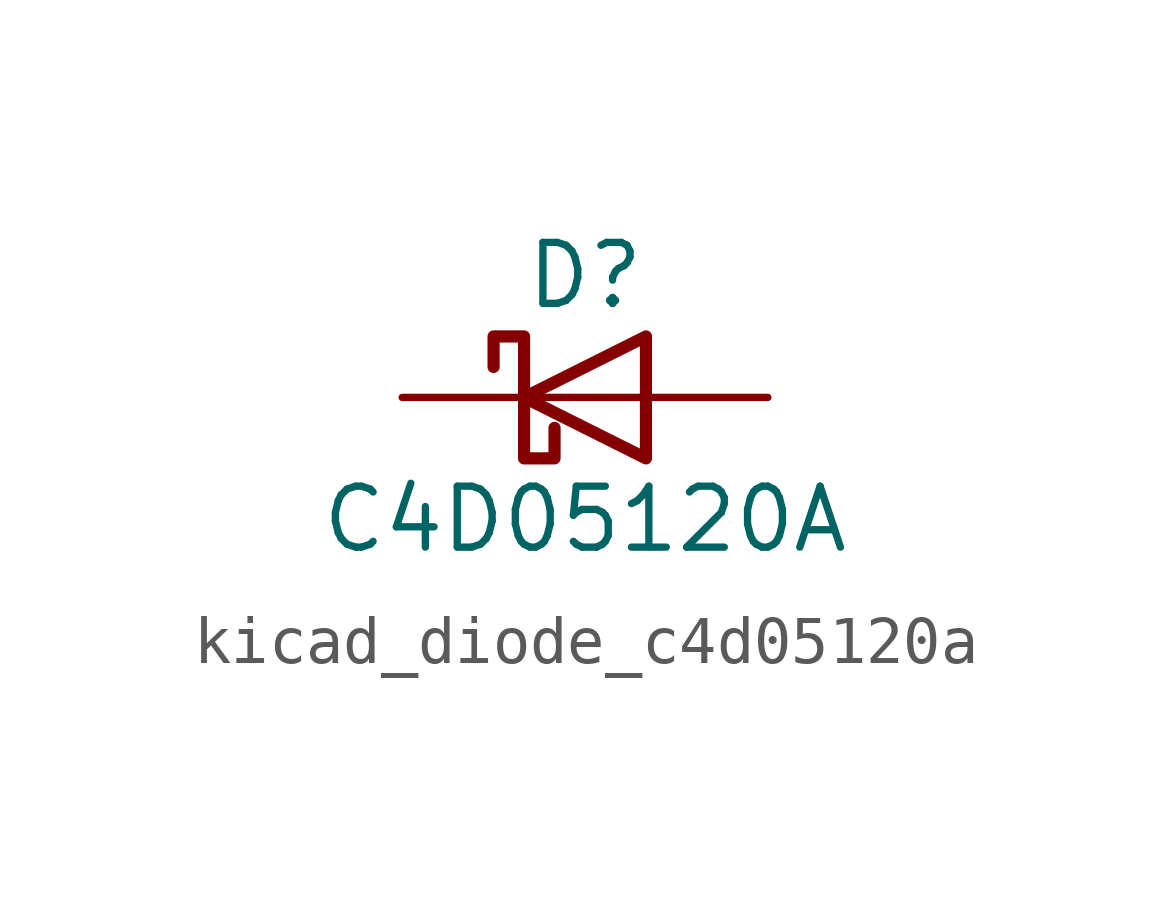
<source format=kicad_sym>
(kicad_symbol_lib
  (version 20220914)
  (generator kicad_symbol_editor)
  (symbol "kicad_diode_c4d05120a"
    (pin_numbers hide)
    (pin_names
      (offset 1.016) hide)
    (property "Reference" "D"
      (at 0 2.54 0)
      (effects (font (size 1.27 1.27))))
    (property "Value" "C4D05120A"
      (at 0 -2.54 0)
      (effects (font (size 1.27 1.27))))
    (symbol "kicad_diode_c4d05120a_0_1"
      (polyline (pts (xy 1.27 0) (xy -1.27 0)) (stroke (width 0) (type default)) (fill (type none)))
      (polyline (pts (xy 1.27 1.27) (xy 1.27 -1.27) (xy -1.27 0) (xy 1.27 1.27)) (stroke (width 0.254) (type default)) (fill (type none)))
      (polyline (pts (xy -1.905 0.635) (xy -1.905 1.27) (xy -1.27 1.27) (xy -1.27 -1.27) (xy -0.635 -1.27) (xy -0.635 -0.635)) (stroke (width 0.254) (type default)) (fill (type none))))
    (symbol "kicad_diode_c4d05120a_1_1"
      (pin passive line (at -3.81 0 0) (length 2.54) (name "K" (effects (font (size 1.27 1.27)))) (number "1" (effects (font (size 1.27 1.27)))))
      (pin passive line (at 3.81 0 180) (length 2.54) (name "A" (effects (font (size 1.27 1.27)))) (number "2" (effects (font (size 1.27 1.27))))))))
</source>
